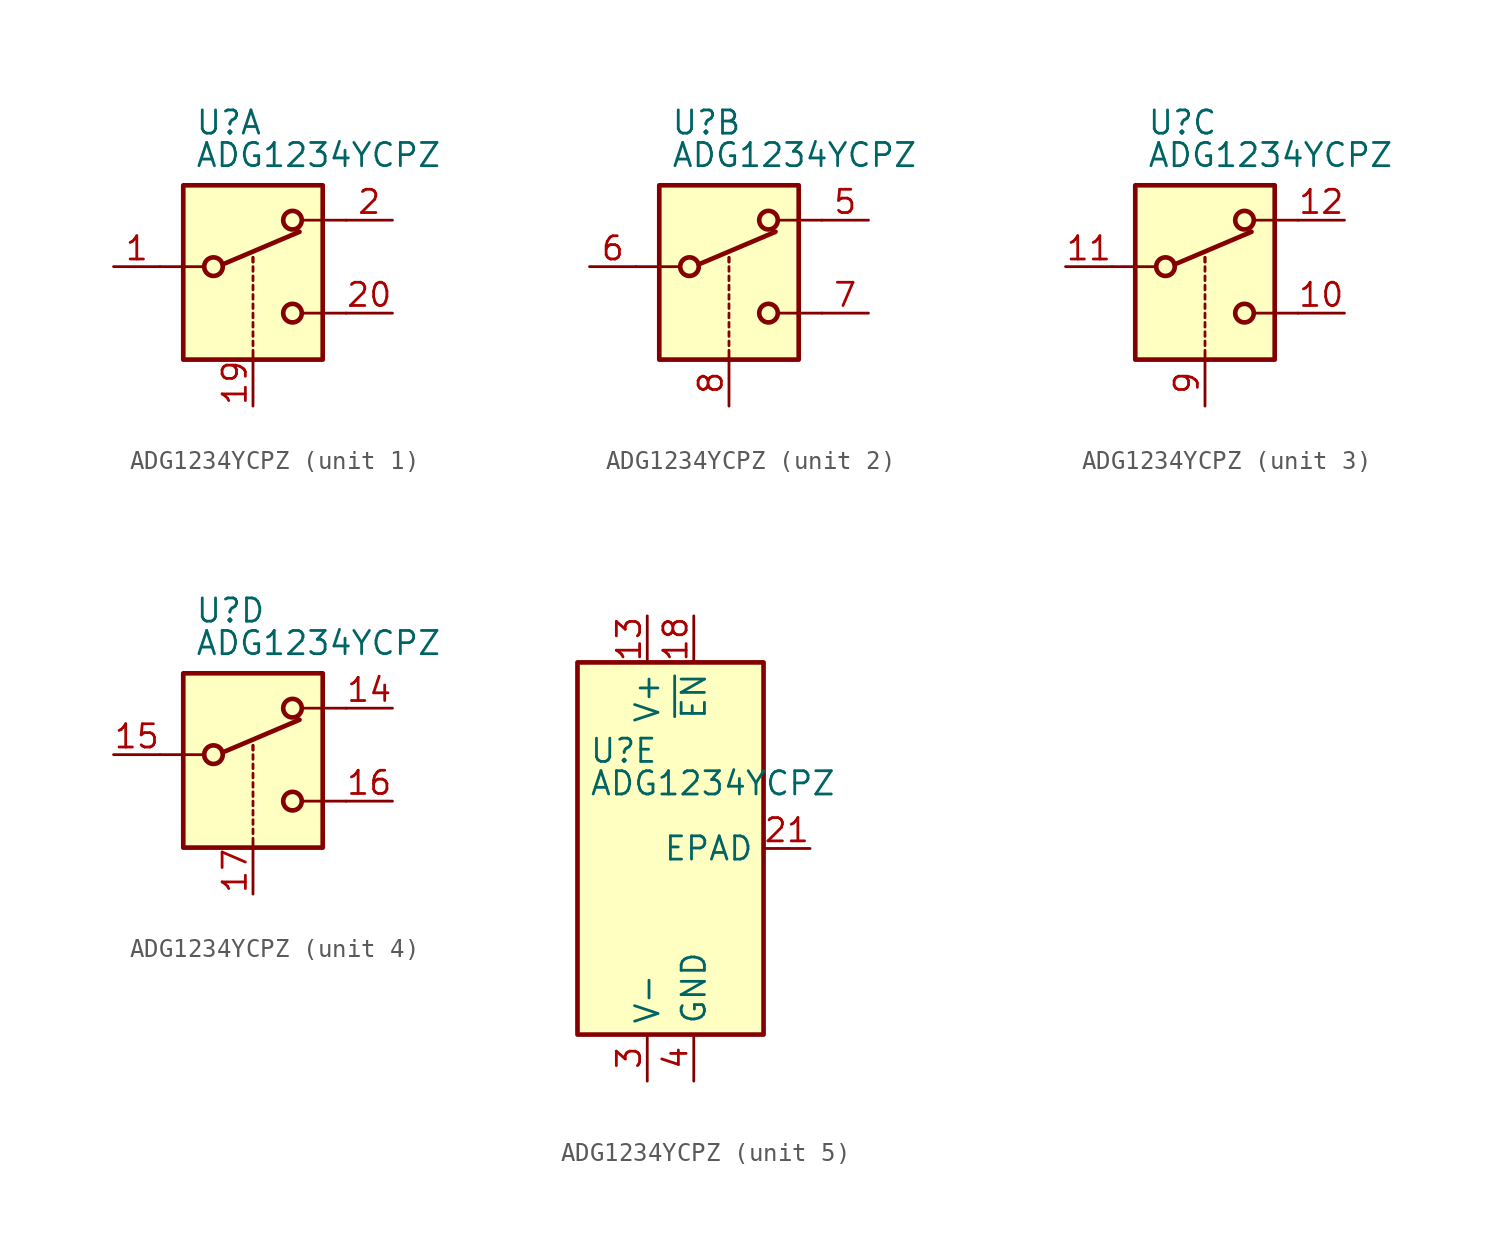
<source format=kicad_sym>
(kicad_symbol_lib
  (version 20211014)
  (generator kicad_symbol_editor)
  (symbol "ADG1234YCPZ"
    (property "Reference" "U"
      (at -3.175 5.334 0)
      (effects (font (size 1.27 1.27)) (justify left)))
    (property "Value" "ADG1234YCPZ"
      (at -3.175 3.556 0)
      (effects (font (size 1.27 1.27)) (justify left)))
    (property "ki_locked" ""
      (at 0 0 0)
      (effects (font (size 1.27 1.27))))
    (symbol "ADG1234YCPZ_1_1"
      (rectangle (start -3.81 1.905) (end 3.81 -7.62) (stroke (width 0.254) (type default) (color 0 0 0 0)) (fill (type background)))
      (circle (center -2.159 -2.54) (radius 0.508) (stroke (width 0.254) (type default) (color 0 0 0 0)) (fill (type none)))
      (polyline (pts (xy -5.08 -2.54) (xy -2.794 -2.54)) (stroke (width 0) (type default) (color 0 0 0 0)) (fill (type none)))
      (polyline (pts (xy -1.651 -2.413) (xy 2.54 -0.635)) (stroke (width 0.254) (type default) (color 0 0 0 0)) (fill (type none)))
      (polyline (pts (xy 0 -7.62) (xy 0 -7.112)) (stroke (width 0) (type default) (color 0 0 0 0)) (fill (type none)))
      (polyline (pts (xy 0 -6.858) (xy 0 -6.604)) (stroke (width 0) (type default) (color 0 0 0 0)) (fill (type none)))
      (polyline (pts (xy 0 -6.35) (xy 0 -6.096)) (stroke (width 0) (type default) (color 0 0 0 0)) (fill (type none)))
      (polyline (pts (xy 0 -5.842) (xy 0 -5.588)) (stroke (width 0) (type default) (color 0 0 0 0)) (fill (type none)))
      (polyline (pts (xy 0 -5.334) (xy 0 -5.08)) (stroke (width 0) (type default) (color 0 0 0 0)) (fill (type none)))
      (polyline (pts (xy 0 -4.826) (xy 0 -4.572)) (stroke (width 0) (type default) (color 0 0 0 0)) (fill (type none)))
      (polyline (pts (xy 0 -4.318) (xy 0 -4.064)) (stroke (width 0) (type default) (color 0 0 0 0)) (fill (type none)))
      (polyline (pts (xy 0 -3.81) (xy 0 -3.556)) (stroke (width 0) (type default) (color 0 0 0 0)) (fill (type none)))
      (polyline (pts (xy 0 -3.302) (xy 0 -3.048)) (stroke (width 0) (type default) (color 0 0 0 0)) (fill (type none)))
      (polyline (pts (xy 0 -2.794) (xy 0 -2.54)) (stroke (width 0) (type default) (color 0 0 0 0)) (fill (type none)))
      (polyline (pts (xy 0 -2.286) (xy 0 -2.032)) (stroke (width 0) (type default) (color 0 0 0 0)) (fill (type none)))
      (polyline (pts (xy 0 -2.286) (xy 0 -2.032)) (stroke (width 0) (type default) (color 0 0 0 0)) (fill (type none)))
      (polyline (pts (xy 5.08 -5.08) (xy 2.794 -5.08)) (stroke (width 0) (type default) (color 0 0 0 0)) (fill (type none)))
      (polyline (pts (xy 5.08 0) (xy 2.794 0)) (stroke (width 0) (type default) (color 0 0 0 0)) (fill (type none)))
      (circle (center 2.159 -5.08) (radius 0.508) (stroke (width 0.254) (type default) (color 0 0 0 0)) (fill (type none)))
      (circle (center 2.159 0) (radius 0.508) (stroke (width 0.254) (type default) (color 0 0 0 0)) (fill (type none)))
      (pin passive line (at -7.62 -2.54 0) (length 2.54) (name "~" (effects (font (size 1.27 1.27)))) (number "1" (effects (font (size 1.27 1.27)))))
      (pin input line (at 0 -10.16 90) (length 2.54) (name "~" (effects (font (size 1.27 1.27)))) (number "19" (effects (font (size 1.27 1.27)))))
      (pin passive line (at 7.62 0 180) (length 2.54) (name "~" (effects (font (size 1.27 1.27)))) (number "2" (effects (font (size 1.27 1.27)))))
      (pin passive line (at 7.62 -5.08 180) (length 2.54) (name "~" (effects (font (size 1.27 1.27)))) (number "20" (effects (font (size 1.27 1.27))))))
    (symbol "ADG1234YCPZ_2_1"
      (rectangle (start -3.81 1.905) (end 3.81 -7.62) (stroke (width 0.254) (type default) (color 0 0 0 0)) (fill (type background)))
      (circle (center -2.159 -2.54) (radius 0.508) (stroke (width 0.254) (type default) (color 0 0 0 0)) (fill (type none)))
      (polyline (pts (xy -5.08 -2.54) (xy -2.794 -2.54)) (stroke (width 0) (type default) (color 0 0 0 0)) (fill (type none)))
      (polyline (pts (xy -1.651 -2.413) (xy 2.54 -0.635)) (stroke (width 0.254) (type default) (color 0 0 0 0)) (fill (type none)))
      (polyline (pts (xy 0 -7.62) (xy 0 -7.112)) (stroke (width 0) (type default) (color 0 0 0 0)) (fill (type none)))
      (polyline (pts (xy 0 -6.858) (xy 0 -6.604)) (stroke (width 0) (type default) (color 0 0 0 0)) (fill (type none)))
      (polyline (pts (xy 0 -6.35) (xy 0 -6.096)) (stroke (width 0) (type default) (color 0 0 0 0)) (fill (type none)))
      (polyline (pts (xy 0 -5.842) (xy 0 -5.588)) (stroke (width 0) (type default) (color 0 0 0 0)) (fill (type none)))
      (polyline (pts (xy 0 -5.334) (xy 0 -5.08)) (stroke (width 0) (type default) (color 0 0 0 0)) (fill (type none)))
      (polyline (pts (xy 0 -4.826) (xy 0 -4.572)) (stroke (width 0) (type default) (color 0 0 0 0)) (fill (type none)))
      (polyline (pts (xy 0 -4.318) (xy 0 -4.064)) (stroke (width 0) (type default) (color 0 0 0 0)) (fill (type none)))
      (polyline (pts (xy 0 -3.81) (xy 0 -3.556)) (stroke (width 0) (type default) (color 0 0 0 0)) (fill (type none)))
      (polyline (pts (xy 0 -3.302) (xy 0 -3.048)) (stroke (width 0) (type default) (color 0 0 0 0)) (fill (type none)))
      (polyline (pts (xy 0 -2.794) (xy 0 -2.54)) (stroke (width 0) (type default) (color 0 0 0 0)) (fill (type none)))
      (polyline (pts (xy 0 -2.286) (xy 0 -2.032)) (stroke (width 0) (type default) (color 0 0 0 0)) (fill (type none)))
      (polyline (pts (xy 0 -2.286) (xy 0 -2.032)) (stroke (width 0) (type default) (color 0 0 0 0)) (fill (type none)))
      (polyline (pts (xy 5.08 -5.08) (xy 2.794 -5.08)) (stroke (width 0) (type default) (color 0 0 0 0)) (fill (type none)))
      (polyline (pts (xy 5.08 0) (xy 2.794 0)) (stroke (width 0) (type default) (color 0 0 0 0)) (fill (type none)))
      (circle (center 2.159 -5.08) (radius 0.508) (stroke (width 0.254) (type default) (color 0 0 0 0)) (fill (type none)))
      (circle (center 2.159 0) (radius 0.508) (stroke (width 0.254) (type default) (color 0 0 0 0)) (fill (type none)))
      (pin passive line (at 7.62 0 180) (length 2.54) (name "~" (effects (font (size 1.27 1.27)))) (number "5" (effects (font (size 1.27 1.27)))))
      (pin passive line (at -7.62 -2.54 0) (length 2.54) (name "~" (effects (font (size 1.27 1.27)))) (number "6" (effects (font (size 1.27 1.27)))))
      (pin passive line (at 7.62 -5.08 180) (length 2.54) (name "~" (effects (font (size 1.27 1.27)))) (number "7" (effects (font (size 1.27 1.27)))))
      (pin input line (at 0 -10.16 90) (length 2.54) (name "~" (effects (font (size 1.27 1.27)))) (number "8" (effects (font (size 1.27 1.27))))))
    (symbol "ADG1234YCPZ_3_1"
      (rectangle (start -3.81 1.905) (end 3.81 -7.62) (stroke (width 0.254) (type default) (color 0 0 0 0)) (fill (type background)))
      (circle (center -2.159 -2.54) (radius 0.508) (stroke (width 0.254) (type default) (color 0 0 0 0)) (fill (type none)))
      (polyline (pts (xy -5.08 -2.54) (xy -2.794 -2.54)) (stroke (width 0) (type default) (color 0 0 0 0)) (fill (type none)))
      (polyline (pts (xy -1.651 -2.413) (xy 2.54 -0.635)) (stroke (width 0.254) (type default) (color 0 0 0 0)) (fill (type none)))
      (polyline (pts (xy 0 -7.62) (xy 0 -7.112)) (stroke (width 0) (type default) (color 0 0 0 0)) (fill (type none)))
      (polyline (pts (xy 0 -6.858) (xy 0 -6.604)) (stroke (width 0) (type default) (color 0 0 0 0)) (fill (type none)))
      (polyline (pts (xy 0 -6.35) (xy 0 -6.096)) (stroke (width 0) (type default) (color 0 0 0 0)) (fill (type none)))
      (polyline (pts (xy 0 -5.842) (xy 0 -5.588)) (stroke (width 0) (type default) (color 0 0 0 0)) (fill (type none)))
      (polyline (pts (xy 0 -5.334) (xy 0 -5.08)) (stroke (width 0) (type default) (color 0 0 0 0)) (fill (type none)))
      (polyline (pts (xy 0 -4.826) (xy 0 -4.572)) (stroke (width 0) (type default) (color 0 0 0 0)) (fill (type none)))
      (polyline (pts (xy 0 -4.318) (xy 0 -4.064)) (stroke (width 0) (type default) (color 0 0 0 0)) (fill (type none)))
      (polyline (pts (xy 0 -3.81) (xy 0 -3.556)) (stroke (width 0) (type default) (color 0 0 0 0)) (fill (type none)))
      (polyline (pts (xy 0 -3.302) (xy 0 -3.048)) (stroke (width 0) (type default) (color 0 0 0 0)) (fill (type none)))
      (polyline (pts (xy 0 -2.794) (xy 0 -2.54)) (stroke (width 0) (type default) (color 0 0 0 0)) (fill (type none)))
      (polyline (pts (xy 0 -2.286) (xy 0 -2.032)) (stroke (width 0) (type default) (color 0 0 0 0)) (fill (type none)))
      (polyline (pts (xy 0 -2.286) (xy 0 -2.032)) (stroke (width 0) (type default) (color 0 0 0 0)) (fill (type none)))
      (polyline (pts (xy 5.08 -5.08) (xy 2.794 -5.08)) (stroke (width 0) (type default) (color 0 0 0 0)) (fill (type none)))
      (polyline (pts (xy 5.08 0) (xy 2.794 0)) (stroke (width 0) (type default) (color 0 0 0 0)) (fill (type none)))
      (circle (center 2.159 -5.08) (radius 0.508) (stroke (width 0.254) (type default) (color 0 0 0 0)) (fill (type none)))
      (circle (center 2.159 0) (radius 0.508) (stroke (width 0.254) (type default) (color 0 0 0 0)) (fill (type none)))
      (pin passive line (at 7.62 -5.08 180) (length 2.54) (name "~" (effects (font (size 1.27 1.27)))) (number "10" (effects (font (size 1.27 1.27)))))
      (pin passive line (at -7.62 -2.54 0) (length 2.54) (name "~" (effects (font (size 1.27 1.27)))) (number "11" (effects (font (size 1.27 1.27)))))
      (pin passive line (at 7.62 0 180) (length 2.54) (name "~" (effects (font (size 1.27 1.27)))) (number "12" (effects (font (size 1.27 1.27)))))
      (pin input line (at 0 -10.16 90) (length 2.54) (name "~" (effects (font (size 1.27 1.27)))) (number "9" (effects (font (size 1.27 1.27))))))
    (symbol "ADG1234YCPZ_4_1"
      (rectangle (start -3.81 1.905) (end 3.81 -7.62) (stroke (width 0.254) (type default) (color 0 0 0 0)) (fill (type background)))
      (circle (center -2.159 -2.54) (radius 0.508) (stroke (width 0.254) (type default) (color 0 0 0 0)) (fill (type none)))
      (polyline (pts (xy -5.08 -2.54) (xy -2.794 -2.54)) (stroke (width 0) (type default) (color 0 0 0 0)) (fill (type none)))
      (polyline (pts (xy -1.651 -2.413) (xy 2.54 -0.635)) (stroke (width 0.254) (type default) (color 0 0 0 0)) (fill (type none)))
      (polyline (pts (xy 0 -7.62) (xy 0 -7.112)) (stroke (width 0) (type default) (color 0 0 0 0)) (fill (type none)))
      (polyline (pts (xy 0 -6.858) (xy 0 -6.604)) (stroke (width 0) (type default) (color 0 0 0 0)) (fill (type none)))
      (polyline (pts (xy 0 -6.35) (xy 0 -6.096)) (stroke (width 0) (type default) (color 0 0 0 0)) (fill (type none)))
      (polyline (pts (xy 0 -5.842) (xy 0 -5.588)) (stroke (width 0) (type default) (color 0 0 0 0)) (fill (type none)))
      (polyline (pts (xy 0 -5.334) (xy 0 -5.08)) (stroke (width 0) (type default) (color 0 0 0 0)) (fill (type none)))
      (polyline (pts (xy 0 -4.826) (xy 0 -4.572)) (stroke (width 0) (type default) (color 0 0 0 0)) (fill (type none)))
      (polyline (pts (xy 0 -4.318) (xy 0 -4.064)) (stroke (width 0) (type default) (color 0 0 0 0)) (fill (type none)))
      (polyline (pts (xy 0 -3.81) (xy 0 -3.556)) (stroke (width 0) (type default) (color 0 0 0 0)) (fill (type none)))
      (polyline (pts (xy 0 -3.302) (xy 0 -3.048)) (stroke (width 0) (type default) (color 0 0 0 0)) (fill (type none)))
      (polyline (pts (xy 0 -2.794) (xy 0 -2.54)) (stroke (width 0) (type default) (color 0 0 0 0)) (fill (type none)))
      (polyline (pts (xy 0 -2.286) (xy 0 -2.032)) (stroke (width 0) (type default) (color 0 0 0 0)) (fill (type none)))
      (polyline (pts (xy 0 -2.286) (xy 0 -2.032)) (stroke (width 0) (type default) (color 0 0 0 0)) (fill (type none)))
      (polyline (pts (xy 5.08 -5.08) (xy 2.794 -5.08)) (stroke (width 0) (type default) (color 0 0 0 0)) (fill (type none)))
      (polyline (pts (xy 5.08 0) (xy 2.794 0)) (stroke (width 0) (type default) (color 0 0 0 0)) (fill (type none)))
      (circle (center 2.159 -5.08) (radius 0.508) (stroke (width 0.254) (type default) (color 0 0 0 0)) (fill (type none)))
      (circle (center 2.159 0) (radius 0.508) (stroke (width 0.254) (type default) (color 0 0 0 0)) (fill (type none)))
      (pin passive line (at 7.62 0 180) (length 2.54) (name "~" (effects (font (size 1.27 1.27)))) (number "14" (effects (font (size 1.27 1.27)))))
      (pin passive line (at -7.62 -2.54 0) (length 2.54) (name "~" (effects (font (size 1.27 1.27)))) (number "15" (effects (font (size 1.27 1.27)))))
      (pin passive line (at 7.62 -5.08 180) (length 2.54) (name "~" (effects (font (size 1.27 1.27)))) (number "16" (effects (font (size 1.27 1.27)))))
      (pin input line (at 0 -10.16 90) (length 2.54) (name "~" (effects (font (size 1.27 1.27)))) (number "17" (effects (font (size 1.27 1.27))))))
    (symbol "ADG1234YCPZ_5_0"
      (pin power_in line (at 0 12.7 270) (length 2.54) (name "V+" (effects (font (size 1.27 1.27)))) (number "13" (effects (font (size 1.27 1.27)))))
      (pin power_in line (at 0 -12.7 90) (length 2.54) (name "V-" (effects (font (size 1.27 1.27)))) (number "3" (effects (font (size 1.27 1.27)))))
      (pin power_in line (at 2.54 -12.7 90) (length 2.54) (name "GND" (effects (font (size 1.27 1.27)))) (number "4" (effects (font (size 1.27 1.27))))))
    (symbol "ADG1234YCPZ_5_1"
      (rectangle (start -3.81 10.16) (end 6.35 -10.16) (stroke (width 0.254) (type default) (color 0 0 0 0)) (fill (type background)))
      (pin input line (at 2.54 12.7 270) (length 2.54) (name "~{EN}" (effects (font (size 1.27 1.27)))) (number "18" (effects (font (size 1.27 1.27)))))
      (pin input line (at 8.89 0 180) (length 2.54) (name "EPAD" (effects (font (size 1.27 1.27)))) (number "21" (effects (font (size 1.27 1.27))))))))
</source>
